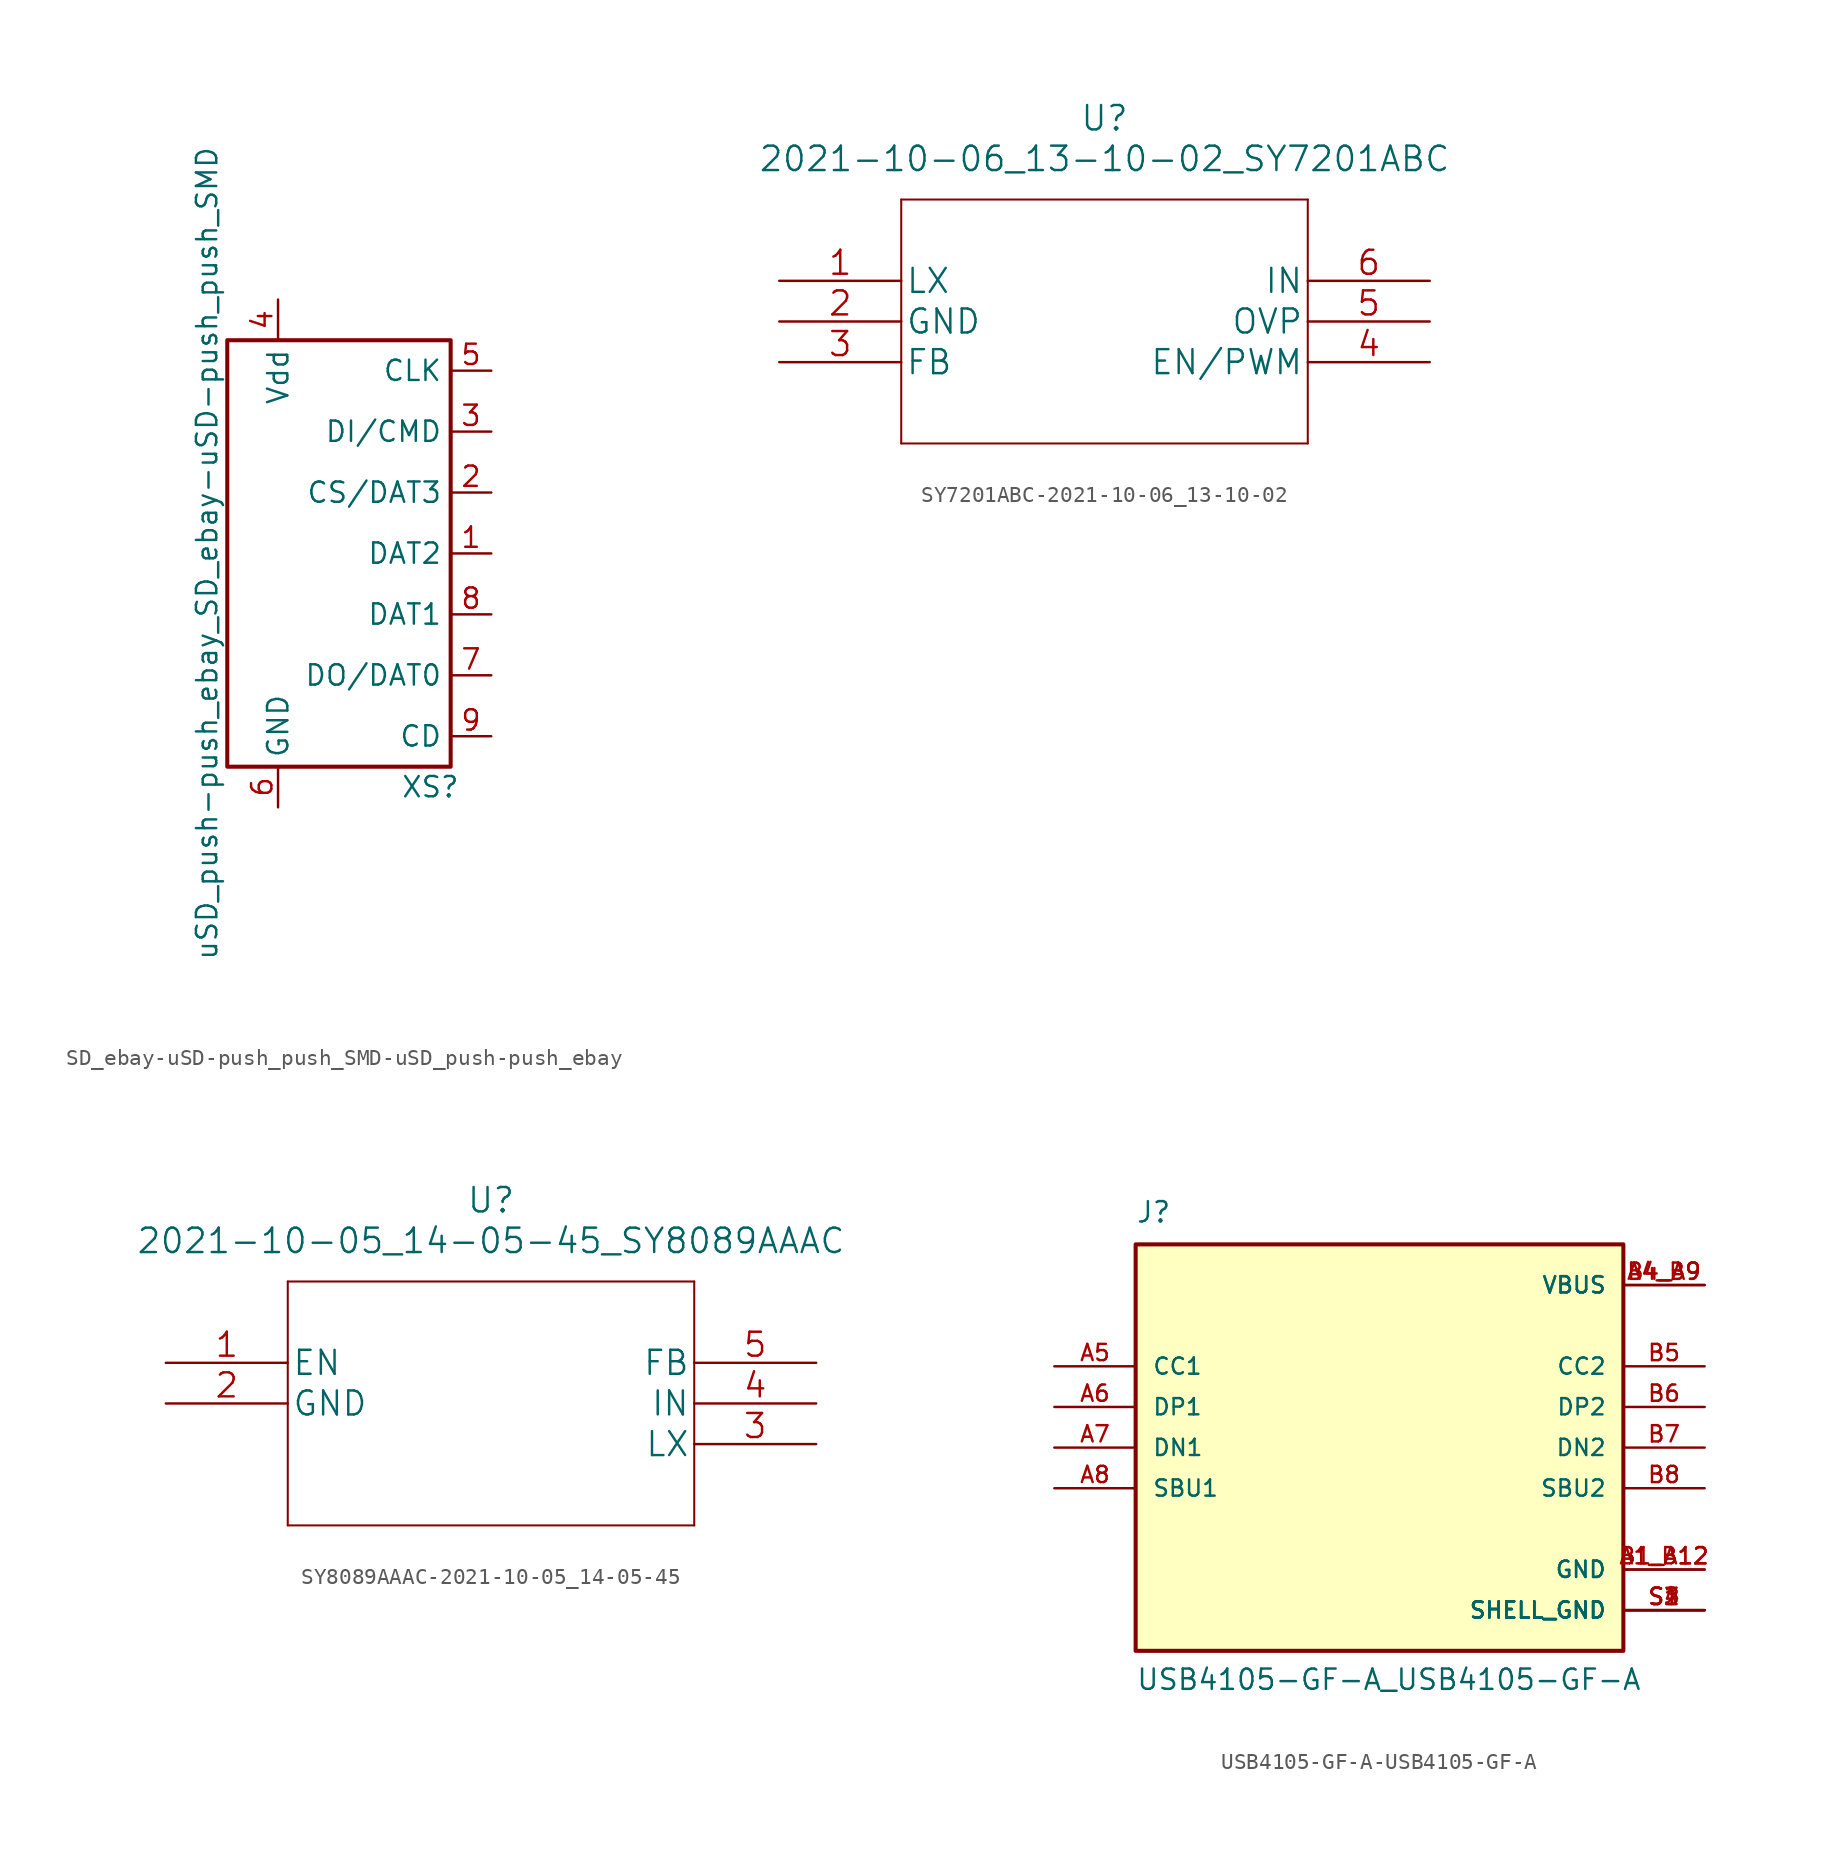
<source format=kicad_sym>
(kicad_symbol_lib
  (version 20231120)
  (generator "kicad_symbol_editor")
  (generator_version "8.0")
  (symbol "SD_ebay-uSD-push_push_SMD-uSD_push-push_ebay"
    (property "Reference" "XS"
      (at 5.715 -14.605 0)
      (effects (font (size 1.27 1.27))))
    (property "Value" "uSD_push-push_ebay_SD_ebay-uSD-push_push_SMD"
      (at -8.255 0 90)
      (effects (font (size 1.27 1.27))))
    (symbol "SD_ebay-uSD-push_push_SMD-uSD_push-push_ebay_0_0"
      (rectangle (start -6.985 13.335) (end 6.985 -13.335) (stroke (width 0.254) (type solid)) (fill (type none))))
    (symbol "SD_ebay-uSD-push_push_SMD-uSD_push-push_ebay_1_1"
      (pin bidirectional line (at 9.525 0 180) (length 2.54) (name "DAT2" (effects (font (size 1.27 1.27)))) (number "1" (effects (font (size 1.27 1.27)))))
      (pin input line (at 9.525 3.81 180) (length 2.54) (name "CS/DAT3" (effects (font (size 1.27 1.27)))) (number "2" (effects (font (size 1.27 1.27)))))
      (pin input line (at 9.525 7.62 180) (length 2.54) (name "DI/CMD" (effects (font (size 1.27 1.27)))) (number "3" (effects (font (size 1.27 1.27)))))
      (pin input line (at -3.81 15.875 270) (length 2.54) (name "Vdd" (effects (font (size 1.27 1.27)))) (number "4" (effects (font (size 1.27 1.27)))))
      (pin input line (at 9.525 11.43 180) (length 2.54) (name "CLK" (effects (font (size 1.27 1.27)))) (number "5" (effects (font (size 1.27 1.27)))))
      (pin input line (at -3.81 -15.875 90) (length 2.54) (name "GND" (effects (font (size 1.27 1.27)))) (number "6" (effects (font (size 1.27 1.27)))))
      (pin input line (at 9.525 -7.62 180) (length 2.54) (name "DO/DAT0" (effects (font (size 1.27 1.27)))) (number "7" (effects (font (size 1.27 1.27)))))
      (pin bidirectional line (at 9.525 -3.81 180) (length 2.54) (name "DAT1" (effects (font (size 1.27 1.27)))) (number "8" (effects (font (size 1.27 1.27)))))
      (pin input line (at 9.525 -11.43 180) (length 2.54) (name "CD" (effects (font (size 1.27 1.27)))) (number "9" (effects (font (size 1.27 1.27)))))))
  (symbol "SY7201ABC-2021-10-06_13-10-02"
    (pin_names
      (offset 0.254))
    (property "Reference" "U"
      (at 20.32 10.16 0)
      (effects (font (size 1.524 1.524))))
    (property "Value" "2021-10-06_13-10-02_SY7201ABC"
      (at 20.32 7.62 0)
      (effects (font (size 1.524 1.524))))
    (property "Datasheet" ""
      (at 0 0 0)
      (effects (font (size 1.524 1.524))))
    (property "ki_locked" ""
      (at 0 0 0)
      (effects (font (size 1.27 1.27))))
    (symbol "SY7201ABC-2021-10-06_13-10-02_1_1"
      (polyline (pts (xy 7.62 -10.16) (xy 33.02 -10.16)) (stroke (width 0.127) (type solid)) (fill (type none)))
      (polyline (pts (xy 7.62 5.08) (xy 7.62 -10.16)) (stroke (width 0.127) (type solid)) (fill (type none)))
      (polyline (pts (xy 33.02 -10.16) (xy 33.02 5.08)) (stroke (width 0.127) (type solid)) (fill (type none)))
      (polyline (pts (xy 33.02 5.08) (xy 7.62 5.08)) (stroke (width 0.127) (type solid)) (fill (type none)))
      (pin unspecified line (at 0 0 0) (length 7.62) (name "LX" (effects (font (size 1.499 1.499)))) (number "1" (effects (font (size 1.499 1.499)))))
      (pin power_in line (at 0 -2.54 0) (length 7.62) (name "GND" (effects (font (size 1.499 1.499)))) (number "2" (effects (font (size 1.499 1.499)))))
      (pin unspecified line (at 0 -5.08 0) (length 7.62) (name "FB" (effects (font (size 1.499 1.499)))) (number "3" (effects (font (size 1.499 1.499)))))
      (pin unspecified line (at 40.64 -5.08 180) (length 7.62) (name "EN/PWM" (effects (font (size 1.499 1.499)))) (number "4" (effects (font (size 1.499 1.499)))))
      (pin unspecified line (at 40.64 -2.54 180) (length 7.62) (name "OVP" (effects (font (size 1.499 1.499)))) (number "5" (effects (font (size 1.499 1.499)))))
      (pin input line (at 40.64 0 180) (length 7.62) (name "IN" (effects (font (size 1.499 1.499)))) (number "6" (effects (font (size 1.499 1.499)))))))
  (symbol "SY8089AAAC-2021-10-05_14-05-45"
    (pin_names
      (offset 0.254))
    (property "Reference" "U"
      (at 20.32 10.16 0)
      (effects (font (size 1.524 1.524))))
    (property "Value" "2021-10-05_14-05-45_SY8089AAAC"
      (at 20.32 7.62 0)
      (effects (font (size 1.524 1.524))))
    (property "Datasheet" ""
      (at 0 0 0)
      (effects (font (size 1.524 1.524))))
    (property "ki_locked" ""
      (at 0 0 0)
      (effects (font (size 1.27 1.27))))
    (symbol "SY8089AAAC-2021-10-05_14-05-45_1_1"
      (polyline (pts (xy 7.62 -10.16) (xy 33.02 -10.16)) (stroke (width 0.127) (type solid)) (fill (type none)))
      (polyline (pts (xy 7.62 5.08) (xy 7.62 -10.16)) (stroke (width 0.127) (type solid)) (fill (type none)))
      (polyline (pts (xy 33.02 -10.16) (xy 33.02 5.08)) (stroke (width 0.127) (type solid)) (fill (type none)))
      (polyline (pts (xy 33.02 5.08) (xy 7.62 5.08)) (stroke (width 0.127) (type solid)) (fill (type none)))
      (pin input line (at 0 0 0) (length 7.62) (name "EN" (effects (font (size 1.499 1.499)))) (number "1" (effects (font (size 1.499 1.499)))))
      (pin power_in line (at 0 -2.54 0) (length 7.62) (name "GND" (effects (font (size 1.499 1.499)))) (number "2" (effects (font (size 1.499 1.499)))))
      (pin unspecified line (at 40.64 -5.08 180) (length 7.62) (name "LX" (effects (font (size 1.499 1.499)))) (number "3" (effects (font (size 1.499 1.499)))))
      (pin input line (at 40.64 -2.54 180) (length 7.62) (name "IN" (effects (font (size 1.499 1.499)))) (number "4" (effects (font (size 1.499 1.499)))))
      (pin output line (at 40.64 0 180) (length 7.62) (name "FB" (effects (font (size 1.499 1.499)))) (number "5" (effects (font (size 1.499 1.499)))))))
  (symbol "USB4105-GF-A-USB4105-GF-A"
    (pin_names
      (offset 1.016))
    (property "Reference" "J"
      (at -15.24 13.97 0)
      (effects (font (size 1.27 1.27)) (justify left bottom)))
    (property "Value" "USB4105-GF-A_USB4105-GF-A"
      (at -15.24 -15.24 0)
      (effects (font (size 1.27 1.27)) (justify left bottom)))
    (property "ki_locked" ""
      (at 0 0 0)
      (effects (font (size 1.27 1.27))))
    (symbol "USB4105-GF-A-USB4105-GF-A_0_0"
      (rectangle (start -15.24 -12.7) (end 15.24 12.7) (stroke (width 0.254) (type solid)) (fill (type background)))
      (pin power_in line (at 20.32 -7.62 180) (length 5.08) (name "GND" (effects (font (size 1.016 1.016)))) (number "A1_B12" (effects (font (size 1.016 1.016)))))
      (pin power_in line (at 20.32 10.16 180) (length 5.08) (name "VBUS" (effects (font (size 1.016 1.016)))) (number "A4_B9" (effects (font (size 1.016 1.016)))))
      (pin bidirectional line (at -20.32 5.08 0) (length 5.08) (name "CC1" (effects (font (size 1.016 1.016)))) (number "A5" (effects (font (size 1.016 1.016)))))
      (pin bidirectional line (at -20.32 2.54 0) (length 5.08) (name "DP1" (effects (font (size 1.016 1.016)))) (number "A6" (effects (font (size 1.016 1.016)))))
      (pin bidirectional line (at -20.32 0 0) (length 5.08) (name "DN1" (effects (font (size 1.016 1.016)))) (number "A7" (effects (font (size 1.016 1.016)))))
      (pin bidirectional line (at -20.32 -2.54 0) (length 5.08) (name "SBU1" (effects (font (size 1.016 1.016)))) (number "A8" (effects (font (size 1.016 1.016)))))
      (pin power_in line (at 20.32 -7.62 180) (length 5.08) (name "GND" (effects (font (size 1.016 1.016)))) (number "B1_A12" (effects (font (size 1.016 1.016)))))
      (pin power_in line (at 20.32 10.16 180) (length 5.08) (name "VBUS" (effects (font (size 1.016 1.016)))) (number "B4_A9" (effects (font (size 1.016 1.016)))))
      (pin bidirectional line (at 20.32 5.08 180) (length 5.08) (name "CC2" (effects (font (size 1.016 1.016)))) (number "B5" (effects (font (size 1.016 1.016)))))
      (pin bidirectional line (at 20.32 2.54 180) (length 5.08) (name "DP2" (effects (font (size 1.016 1.016)))) (number "B6" (effects (font (size 1.016 1.016)))))
      (pin bidirectional line (at 20.32 0 180) (length 5.08) (name "DN2" (effects (font (size 1.016 1.016)))) (number "B7" (effects (font (size 1.016 1.016)))))
      (pin bidirectional line (at 20.32 -2.54 180) (length 5.08) (name "SBU2" (effects (font (size 1.016 1.016)))) (number "B8" (effects (font (size 1.016 1.016)))))
      (pin power_in line (at 20.32 -10.16 180) (length 5.08) (name "SHELL_GND" (effects (font (size 1.016 1.016)))) (number "S1" (effects (font (size 1.016 1.016)))))
      (pin power_in line (at 20.32 -10.16 180) (length 5.08) (name "SHELL_GND" (effects (font (size 1.016 1.016)))) (number "S2" (effects (font (size 1.016 1.016)))))
      (pin power_in line (at 20.32 -10.16 180) (length 5.08) (name "SHELL_GND" (effects (font (size 1.016 1.016)))) (number "S3" (effects (font (size 1.016 1.016)))))
      (pin power_in line (at 20.32 -10.16 180) (length 5.08) (name "SHELL_GND" (effects (font (size 1.016 1.016)))) (number "S4" (effects (font (size 1.016 1.016))))))))
</source>
